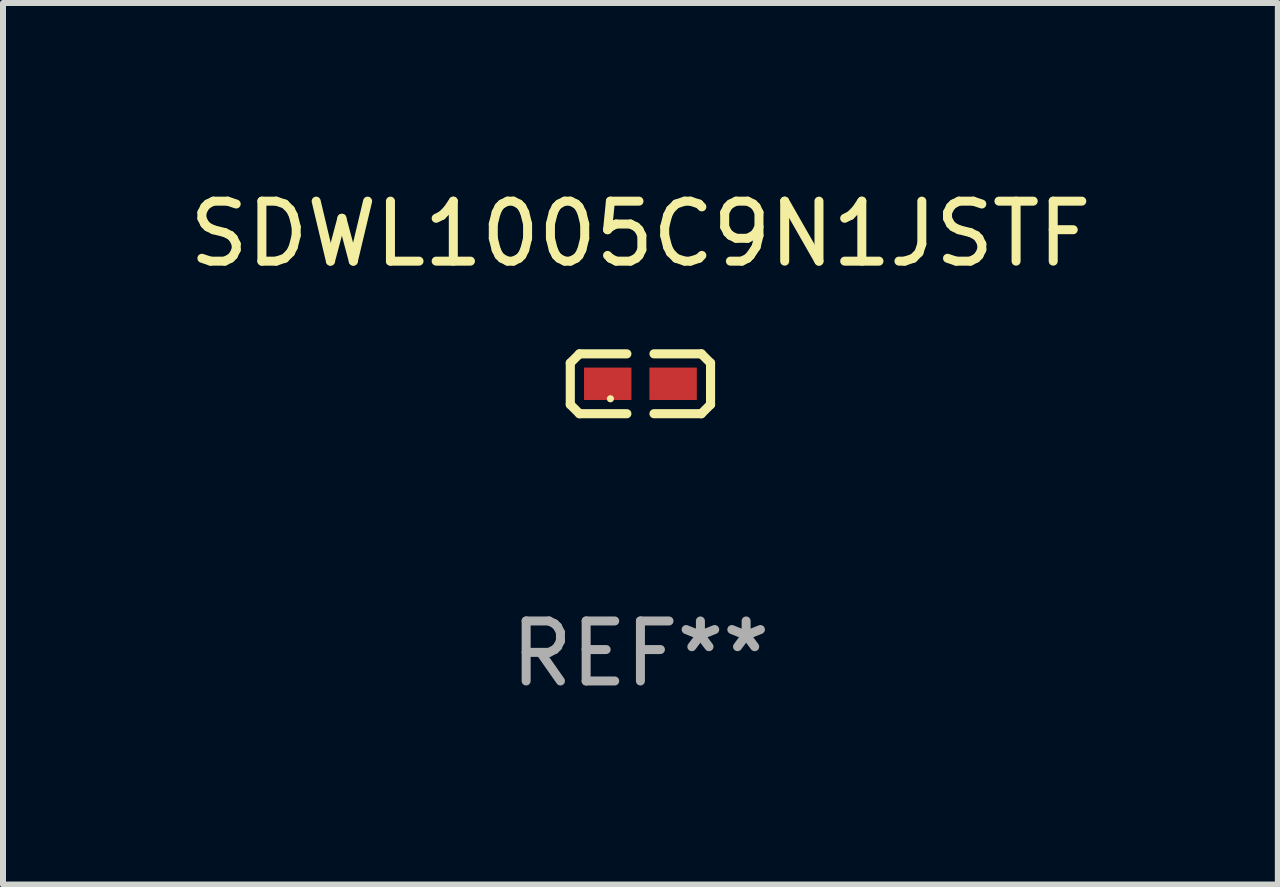
<source format=kicad_pcb>
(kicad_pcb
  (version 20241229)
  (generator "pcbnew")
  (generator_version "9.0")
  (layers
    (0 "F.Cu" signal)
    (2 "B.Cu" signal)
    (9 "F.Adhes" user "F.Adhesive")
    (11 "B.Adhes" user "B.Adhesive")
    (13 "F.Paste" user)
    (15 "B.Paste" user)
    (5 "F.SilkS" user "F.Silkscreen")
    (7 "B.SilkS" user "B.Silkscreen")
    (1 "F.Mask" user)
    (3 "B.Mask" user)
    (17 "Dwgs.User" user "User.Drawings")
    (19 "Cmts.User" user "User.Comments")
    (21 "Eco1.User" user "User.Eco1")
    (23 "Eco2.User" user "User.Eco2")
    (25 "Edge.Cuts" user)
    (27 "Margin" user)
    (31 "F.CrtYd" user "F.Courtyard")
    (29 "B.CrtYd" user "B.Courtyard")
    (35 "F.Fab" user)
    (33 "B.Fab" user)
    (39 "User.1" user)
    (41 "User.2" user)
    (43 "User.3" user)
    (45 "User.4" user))
  (footprint "SDWL1005C9N1JSTF"
    (layer "F.Cu")
    (at 7.625 3.347)
    (property "Reference" "SDWL1005C9N1JSTF" (at 0 -2.499 0) (layer "F.SilkS") (effects (font (size 1 1) (thickness 0.15))))
    (attr through_hole)
    (fp_line (start -1.169 -0.346) (end -1.016 -0.499) (stroke (width 0.152) (type solid)) (layer "F.SilkS"))
    (fp_line (start -1.169 0.346) (end -1.169 -0.346) (stroke (width 0.152) (type solid)) (layer "F.SilkS"))
    (fp_line (start -1.016 -0.499) (end -0.226 -0.499) (stroke (width 0.152) (type solid)) (layer "F.SilkS"))
    (fp_line (start -1.016 0.499) (end -1.169 0.346) (stroke (width 0.152) (type solid)) (layer "F.SilkS"))
    (fp_line (start -0.226 0.499) (end -1.016 0.499) (stroke (width 0.152) (type solid)) (layer "F.SilkS"))
    (fp_line (start 0.226 0.499) (end 1.016 0.499) (stroke (width 0.152) (type solid)) (layer "F.SilkS"))
    (fp_line (start 1.016 -0.499) (end 0.226 -0.499) (stroke (width 0.152) (type solid)) (layer "F.SilkS"))
    (fp_line (start 1.016 0.499) (end 1.169 0.346) (stroke (width 0.152) (type solid)) (layer "F.SilkS"))
    (fp_line (start 1.169 -0.346) (end 1.016 -0.499) (stroke (width 0.152) (type solid)) (layer "F.SilkS"))
    (fp_line (start 1.169 0.346) (end 1.169 -0.346) (stroke (width 0.152) (type solid)) (layer "F.SilkS"))
    (fp_circle (center -0.5 0.25) (end -0.47 0.25) (stroke (width 0.06) (type solid)) (fill no) (layer "F.SilkS"))
    (fp_text user "REF**" (at 0 4.499 0) (layer "F.Fab") (effects (font (size 1 1) (thickness 0.15))))
    (pad "1" smd rect (at -0.545 0) (size 0.79 0.54) (layers "F.Cu" "F.Mask" "F.Paste"))
    (pad "2" smd rect (at 0.545 0) (size 0.79 0.54) (layers "F.Cu" "F.Mask" "F.Paste")))
  (gr_rect
    (start -3 -3)
    (end 18.25 11.694)
    (stroke (width 0.1) (type default))
    (fill no)
    (layer "Edge.Cuts")))
</source>
